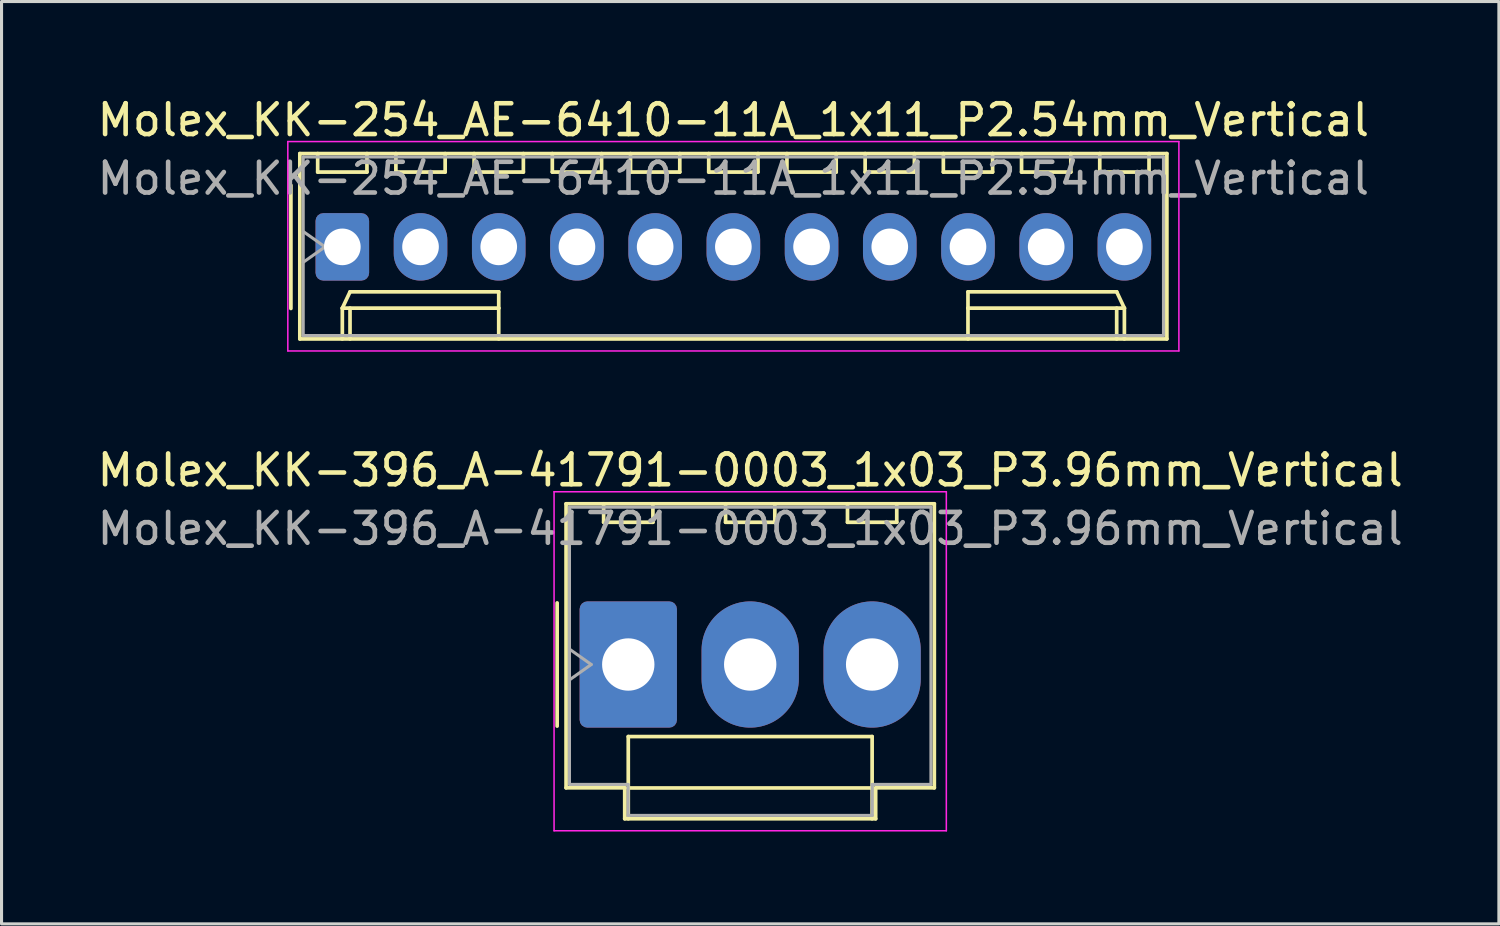
<source format=kicad_pcb>
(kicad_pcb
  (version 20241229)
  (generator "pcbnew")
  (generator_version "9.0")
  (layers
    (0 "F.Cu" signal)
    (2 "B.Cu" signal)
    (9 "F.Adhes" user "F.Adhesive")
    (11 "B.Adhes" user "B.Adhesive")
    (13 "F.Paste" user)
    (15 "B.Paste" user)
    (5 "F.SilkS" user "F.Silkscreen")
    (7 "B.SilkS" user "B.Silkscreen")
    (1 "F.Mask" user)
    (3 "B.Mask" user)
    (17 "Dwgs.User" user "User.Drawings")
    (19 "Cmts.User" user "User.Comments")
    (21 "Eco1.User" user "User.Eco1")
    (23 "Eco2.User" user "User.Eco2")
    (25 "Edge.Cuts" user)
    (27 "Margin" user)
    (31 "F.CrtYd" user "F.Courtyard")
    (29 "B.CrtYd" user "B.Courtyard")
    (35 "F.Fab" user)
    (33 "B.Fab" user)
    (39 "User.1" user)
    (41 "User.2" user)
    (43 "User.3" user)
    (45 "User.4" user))
  (footprint "Molex_KK-396_A-41791-0003_1x03_P3.96mm_Vertical"
    (layer "F.Cu")
    (at 17.355 18.532)
    (property "Reference" "Molex_KK-396_A-41791-0003_1x03_P3.96mm_Vertical" (at 3.96 -6.31 0) (layer "F.SilkS") (effects (font (size 1 1) (thickness 0.15))))
    (attr through_hole)
    (fp_line (start -2.31 -2) (end -2.31 2) (stroke (width 0.12) (type solid)) (layer "F.SilkS"))
    (fp_line (start -2.02 -5.22) (end 9.94 -5.22) (stroke (width 0.12) (type solid)) (layer "F.SilkS"))
    (fp_line (start -2.02 4.005) (end -2.02 -5.22) (stroke (width 0.12) (type solid)) (layer "F.SilkS"))
    (fp_line (start -0.8 -5.22) (end -0.8 -4.62) (stroke (width 0.12) (type solid)) (layer "F.SilkS"))
    (fp_line (start -0.8 -4.62) (end 0.8 -4.62) (stroke (width 0.12) (type solid)) (layer "F.SilkS"))
    (fp_line (start -0.115 4.005) (end -2.02 4.005) (stroke (width 0.12) (type solid)) (layer "F.SilkS"))
    (fp_line (start -0.115 5.01) (end -0.115 4.005) (stroke (width 0.12) (type solid)) (layer "F.SilkS"))
    (fp_line (start 0 2.34) (end 7.92 2.34) (stroke (width 0.12) (type solid)) (layer "F.SilkS"))
    (fp_line (start 0 4.01) (end 0 2.34) (stroke (width 0.12) (type solid)) (layer "F.SilkS"))
    (fp_line (start 0 4.01) (end 7.92 4.01) (stroke (width 0.12) (type solid)) (layer "F.SilkS"))
    (fp_line (start 0 5.01) (end 0 4.01) (stroke (width 0.12) (type solid)) (layer "F.SilkS"))
    (fp_line (start 0.8 -4.62) (end 0.8 -5.22) (stroke (width 0.12) (type solid)) (layer "F.SilkS"))
    (fp_line (start 3.16 -5.22) (end 3.16 -4.62) (stroke (width 0.12) (type solid)) (layer "F.SilkS"))
    (fp_line (start 3.16 -4.62) (end 4.76 -4.62) (stroke (width 0.12) (type solid)) (layer "F.SilkS"))
    (fp_line (start 4.76 -4.62) (end 4.76 -5.22) (stroke (width 0.12) (type solid)) (layer "F.SilkS"))
    (fp_line (start 7.12 -5.22) (end 7.12 -4.62) (stroke (width 0.12) (type solid)) (layer "F.SilkS"))
    (fp_line (start 7.12 -4.62) (end 8.72 -4.62) (stroke (width 0.12) (type solid)) (layer "F.SilkS"))
    (fp_line (start 7.92 2.34) (end 7.92 4.01) (stroke (width 0.12) (type solid)) (layer "F.SilkS"))
    (fp_line (start 7.92 4.01) (end 7.92 5.01) (stroke (width 0.12) (type solid)) (layer "F.SilkS"))
    (fp_line (start 8.035 4.005) (end 8.035 5.01) (stroke (width 0.12) (type solid)) (layer "F.SilkS"))
    (fp_line (start 8.035 5.01) (end -0.115 5.01) (stroke (width 0.12) (type solid)) (layer "F.SilkS"))
    (fp_line (start 8.72 -4.62) (end 8.72 -5.22) (stroke (width 0.12) (type solid)) (layer "F.SilkS"))
    (fp_line (start 9.94 -5.22) (end 9.94 4.005) (stroke (width 0.12) (type solid)) (layer "F.SilkS"))
    (fp_line (start 9.94 4.005) (end 8.035 4.005) (stroke (width 0.12) (type solid)) (layer "F.SilkS"))
    (fp_line (start -2.41 -5.61) (end -2.41 5.4) (stroke (width 0.05) (type solid)) (layer "F.CrtYd"))
    (fp_line (start -2.41 5.4) (end 10.33 5.4) (stroke (width 0.05) (type solid)) (layer "F.CrtYd"))
    (fp_line (start 10.33 -5.61) (end -2.41 -5.61) (stroke (width 0.05) (type solid)) (layer "F.CrtYd"))
    (fp_line (start 10.33 5.4) (end 10.33 -5.61) (stroke (width 0.05) (type solid)) (layer "F.CrtYd"))
    (fp_line (start -1.91 -5.11) (end 9.83 -5.11) (stroke (width 0.1) (type solid)) (layer "F.Fab"))
    (fp_line (start -1.91 -0.5) (end -1.203 0) (stroke (width 0.1) (type solid)) (layer "F.Fab"))
    (fp_line (start -1.91 3.895) (end -1.91 -5.11) (stroke (width 0.1) (type solid)) (layer "F.Fab"))
    (fp_line (start -1.203 0) (end -1.91 0.5) (stroke (width 0.1) (type solid)) (layer "F.Fab"))
    (fp_line (start -0.005 3.895) (end -1.91 3.895) (stroke (width 0.1) (type solid)) (layer "F.Fab"))
    (fp_line (start -0.005 4.9) (end -0.005 3.895) (stroke (width 0.1) (type solid)) (layer "F.Fab"))
    (fp_line (start 7.925 3.895) (end 7.925 4.9) (stroke (width 0.1) (type solid)) (layer "F.Fab"))
    (fp_line (start 7.925 4.9) (end -0.005 4.9) (stroke (width 0.1) (type solid)) (layer "F.Fab"))
    (fp_line (start 9.83 -5.11) (end 9.83 3.895) (stroke (width 0.1) (type solid)) (layer "F.Fab"))
    (fp_line (start 9.83 3.895) (end 7.925 3.895) (stroke (width 0.1) (type solid)) (layer "F.Fab"))
    (fp_text user "${REFERENCE}" (at 3.96 -4.41 0) (layer "F.Fab") (effects (font (size 1 1) (thickness 0.15))))
    (pad "1" thru_hole roundrect (at 0 0) (size 3.16 4.1) (drill 1.7) (layers "*.Cu" "*.Mask") (roundrect_rratio 0.079))
    (pad "2" thru_hole oval (at 3.96 0) (size 3.16 4.1) (drill 1.7) (layers "*.Cu" "*.Mask"))
    (pad "3" thru_hole oval (at 7.92 0) (size 3.16 4.1) (drill 1.7) (layers "*.Cu" "*.Mask")))
  (footprint "Molex_KK-254_AE-6410-11A_1x11_P2.54mm_Vertical"
    (layer "F.Cu")
    (at 8.068 4.968)
    (property "Reference" "Molex_KK-254_AE-6410-11A_1x11_P2.54mm_Vertical" (at 12.7 -4.12 0) (layer "F.SilkS") (effects (font (size 1 1) (thickness 0.15))))
    (attr through_hole)
    (fp_line (start -1.67 -2) (end -1.67 2) (stroke (width 0.12) (type solid)) (layer "F.SilkS"))
    (fp_line (start -1.38 -3.03) (end -1.38 2.99) (stroke (width 0.12) (type solid)) (layer "F.SilkS"))
    (fp_line (start -1.38 2.99) (end 26.78 2.99) (stroke (width 0.12) (type solid)) (layer "F.SilkS"))
    (fp_line (start -0.8 -3.03) (end -0.8 -2.43) (stroke (width 0.12) (type solid)) (layer "F.SilkS"))
    (fp_line (start -0.8 -2.43) (end 0.8 -2.43) (stroke (width 0.12) (type solid)) (layer "F.SilkS"))
    (fp_line (start 0 1.99) (end 0.25 1.46) (stroke (width 0.12) (type solid)) (layer "F.SilkS"))
    (fp_line (start 0 1.99) (end 5.08 1.99) (stroke (width 0.12) (type solid)) (layer "F.SilkS"))
    (fp_line (start 0 2.99) (end 0 1.99) (stroke (width 0.12) (type solid)) (layer "F.SilkS"))
    (fp_line (start 0.25 1.46) (end 5.08 1.46) (stroke (width 0.12) (type solid)) (layer "F.SilkS"))
    (fp_line (start 0.25 2.99) (end 0.25 1.99) (stroke (width 0.12) (type solid)) (layer "F.SilkS"))
    (fp_line (start 0.8 -2.43) (end 0.8 -3.03) (stroke (width 0.12) (type solid)) (layer "F.SilkS"))
    (fp_line (start 1.74 -3.03) (end 1.74 -2.43) (stroke (width 0.12) (type solid)) (layer "F.SilkS"))
    (fp_line (start 1.74 -2.43) (end 3.34 -2.43) (stroke (width 0.12) (type solid)) (layer "F.SilkS"))
    (fp_line (start 3.34 -2.43) (end 3.34 -3.03) (stroke (width 0.12) (type solid)) (layer "F.SilkS"))
    (fp_line (start 4.28 -3.03) (end 4.28 -2.43) (stroke (width 0.12) (type solid)) (layer "F.SilkS"))
    (fp_line (start 4.28 -2.43) (end 5.88 -2.43) (stroke (width 0.12) (type solid)) (layer "F.SilkS"))
    (fp_line (start 5.08 1.46) (end 5.08 1.99) (stroke (width 0.12) (type solid)) (layer "F.SilkS"))
    (fp_line (start 5.08 1.99) (end 5.08 2.99) (stroke (width 0.12) (type solid)) (layer "F.SilkS"))
    (fp_line (start 5.88 -2.43) (end 5.88 -3.03) (stroke (width 0.12) (type solid)) (layer "F.SilkS"))
    (fp_line (start 6.82 -3.03) (end 6.82 -2.43) (stroke (width 0.12) (type solid)) (layer "F.SilkS"))
    (fp_line (start 6.82 -2.43) (end 8.42 -2.43) (stroke (width 0.12) (type solid)) (layer "F.SilkS"))
    (fp_line (start 8.42 -2.43) (end 8.42 -3.03) (stroke (width 0.12) (type solid)) (layer "F.SilkS"))
    (fp_line (start 9.36 -3.03) (end 9.36 -2.43) (stroke (width 0.12) (type solid)) (layer "F.SilkS"))
    (fp_line (start 9.36 -2.43) (end 10.96 -2.43) (stroke (width 0.12) (type solid)) (layer "F.SilkS"))
    (fp_line (start 10.96 -2.43) (end 10.96 -3.03) (stroke (width 0.12) (type solid)) (layer "F.SilkS"))
    (fp_line (start 11.9 -3.03) (end 11.9 -2.43) (stroke (width 0.12) (type solid)) (layer "F.SilkS"))
    (fp_line (start 11.9 -2.43) (end 13.5 -2.43) (stroke (width 0.12) (type solid)) (layer "F.SilkS"))
    (fp_line (start 13.5 -2.43) (end 13.5 -3.03) (stroke (width 0.12) (type solid)) (layer "F.SilkS"))
    (fp_line (start 14.44 -3.03) (end 14.44 -2.43) (stroke (width 0.12) (type solid)) (layer "F.SilkS"))
    (fp_line (start 14.44 -2.43) (end 16.04 -2.43) (stroke (width 0.12) (type solid)) (layer "F.SilkS"))
    (fp_line (start 16.04 -2.43) (end 16.04 -3.03) (stroke (width 0.12) (type solid)) (layer "F.SilkS"))
    (fp_line (start 16.98 -3.03) (end 16.98 -2.43) (stroke (width 0.12) (type solid)) (layer "F.SilkS"))
    (fp_line (start 16.98 -2.43) (end 18.58 -2.43) (stroke (width 0.12) (type solid)) (layer "F.SilkS"))
    (fp_line (start 18.58 -2.43) (end 18.58 -3.03) (stroke (width 0.12) (type solid)) (layer "F.SilkS"))
    (fp_line (start 19.52 -3.03) (end 19.52 -2.43) (stroke (width 0.12) (type solid)) (layer "F.SilkS"))
    (fp_line (start 19.52 -2.43) (end 21.12 -2.43) (stroke (width 0.12) (type solid)) (layer "F.SilkS"))
    (fp_line (start 20.32 1.46) (end 20.32 1.99) (stroke (width 0.12) (type solid)) (layer "F.SilkS"))
    (fp_line (start 20.32 1.99) (end 20.32 2.99) (stroke (width 0.12) (type solid)) (layer "F.SilkS"))
    (fp_line (start 21.12 -2.43) (end 21.12 -3.03) (stroke (width 0.12) (type solid)) (layer "F.SilkS"))
    (fp_line (start 22.06 -3.03) (end 22.06 -2.43) (stroke (width 0.12) (type solid)) (layer "F.SilkS"))
    (fp_line (start 22.06 -2.43) (end 23.66 -2.43) (stroke (width 0.12) (type solid)) (layer "F.SilkS"))
    (fp_line (start 23.66 -2.43) (end 23.66 -3.03) (stroke (width 0.12) (type solid)) (layer "F.SilkS"))
    (fp_line (start 24.6 -3.03) (end 24.6 -2.43) (stroke (width 0.12) (type solid)) (layer "F.SilkS"))
    (fp_line (start 24.6 -2.43) (end 26.2 -2.43) (stroke (width 0.12) (type solid)) (layer "F.SilkS"))
    (fp_line (start 25.15 1.46) (end 20.32 1.46) (stroke (width 0.12) (type solid)) (layer "F.SilkS"))
    (fp_line (start 25.15 2.99) (end 25.15 1.99) (stroke (width 0.12) (type solid)) (layer "F.SilkS"))
    (fp_line (start 25.4 1.99) (end 20.32 1.99) (stroke (width 0.12) (type solid)) (layer "F.SilkS"))
    (fp_line (start 25.4 1.99) (end 25.15 1.46) (stroke (width 0.12) (type solid)) (layer "F.SilkS"))
    (fp_line (start 25.4 2.99) (end 25.4 1.99) (stroke (width 0.12) (type solid)) (layer "F.SilkS"))
    (fp_line (start 26.2 -2.43) (end 26.2 -3.03) (stroke (width 0.12) (type solid)) (layer "F.SilkS"))
    (fp_line (start 26.78 -3.03) (end -1.38 -3.03) (stroke (width 0.12) (type solid)) (layer "F.SilkS"))
    (fp_line (start 26.78 2.99) (end 26.78 -3.03) (stroke (width 0.12) (type solid)) (layer "F.SilkS"))
    (fp_line (start -1.77 -3.42) (end -1.77 3.38) (stroke (width 0.05) (type solid)) (layer "F.CrtYd"))
    (fp_line (start -1.77 3.38) (end 27.17 3.38) (stroke (width 0.05) (type solid)) (layer "F.CrtYd"))
    (fp_line (start 27.17 -3.42) (end -1.77 -3.42) (stroke (width 0.05) (type solid)) (layer "F.CrtYd"))
    (fp_line (start 27.17 3.38) (end 27.17 -3.42) (stroke (width 0.05) (type solid)) (layer "F.CrtYd"))
    (fp_line (start -1.27 -2.92) (end -1.27 2.88) (stroke (width 0.1) (type solid)) (layer "F.Fab"))
    (fp_line (start -1.27 -0.5) (end -0.563 0) (stroke (width 0.1) (type solid)) (layer "F.Fab"))
    (fp_line (start -1.27 2.88) (end 26.67 2.88) (stroke (width 0.1) (type solid)) (layer "F.Fab"))
    (fp_line (start -0.563 0) (end -1.27 0.5) (stroke (width 0.1) (type solid)) (layer "F.Fab"))
    (fp_line (start 26.67 -2.92) (end -1.27 -2.92) (stroke (width 0.1) (type solid)) (layer "F.Fab"))
    (fp_line (start 26.67 2.88) (end 26.67 -2.92) (stroke (width 0.1) (type solid)) (layer "F.Fab"))
    (fp_text user "${REFERENCE}" (at 12.7 -2.22 0) (layer "F.Fab") (effects (font (size 1 1) (thickness 0.15))))
    (pad "1" thru_hole roundrect (at 0 0) (size 1.74 2.19) (drill 1.19) (layers "*.Cu" "*.Mask") (roundrect_rratio 0.144))
    (pad "2" thru_hole oval (at 2.54 0) (size 1.74 2.19) (drill 1.19) (layers "*.Cu" "*.Mask"))
    (pad "3" thru_hole oval (at 5.08 0) (size 1.74 2.19) (drill 1.19) (layers "*.Cu" "*.Mask"))
    (pad "4" thru_hole oval (at 7.62 0) (size 1.74 2.19) (drill 1.19) (layers "*.Cu" "*.Mask"))
    (pad "5" thru_hole oval (at 10.16 0) (size 1.74 2.19) (drill 1.19) (layers "*.Cu" "*.Mask"))
    (pad "6" thru_hole oval (at 12.7 0) (size 1.74 2.19) (drill 1.19) (layers "*.Cu" "*.Mask"))
    (pad "7" thru_hole oval (at 15.24 0) (size 1.74 2.19) (drill 1.19) (layers "*.Cu" "*.Mask"))
    (pad "8" thru_hole oval (at 17.78 0) (size 1.74 2.19) (drill 1.19) (layers "*.Cu" "*.Mask"))
    (pad "9" thru_hole oval (at 20.32 0) (size 1.74 2.19) (drill 1.19) (layers "*.Cu" "*.Mask"))
    (pad "10" thru_hole oval (at 22.86 0) (size 1.74 2.19) (drill 1.19) (layers "*.Cu" "*.Mask"))
    (pad "11" thru_hole oval (at 25.4 0) (size 1.74 2.19) (drill 1.19) (layers "*.Cu" "*.Mask")))
  (gr_rect
    (start -3 -3)
    (end 45.631 26.956)
    (stroke (width 0.1) (type default))
    (fill no)
    (layer "Edge.Cuts")))
</source>
